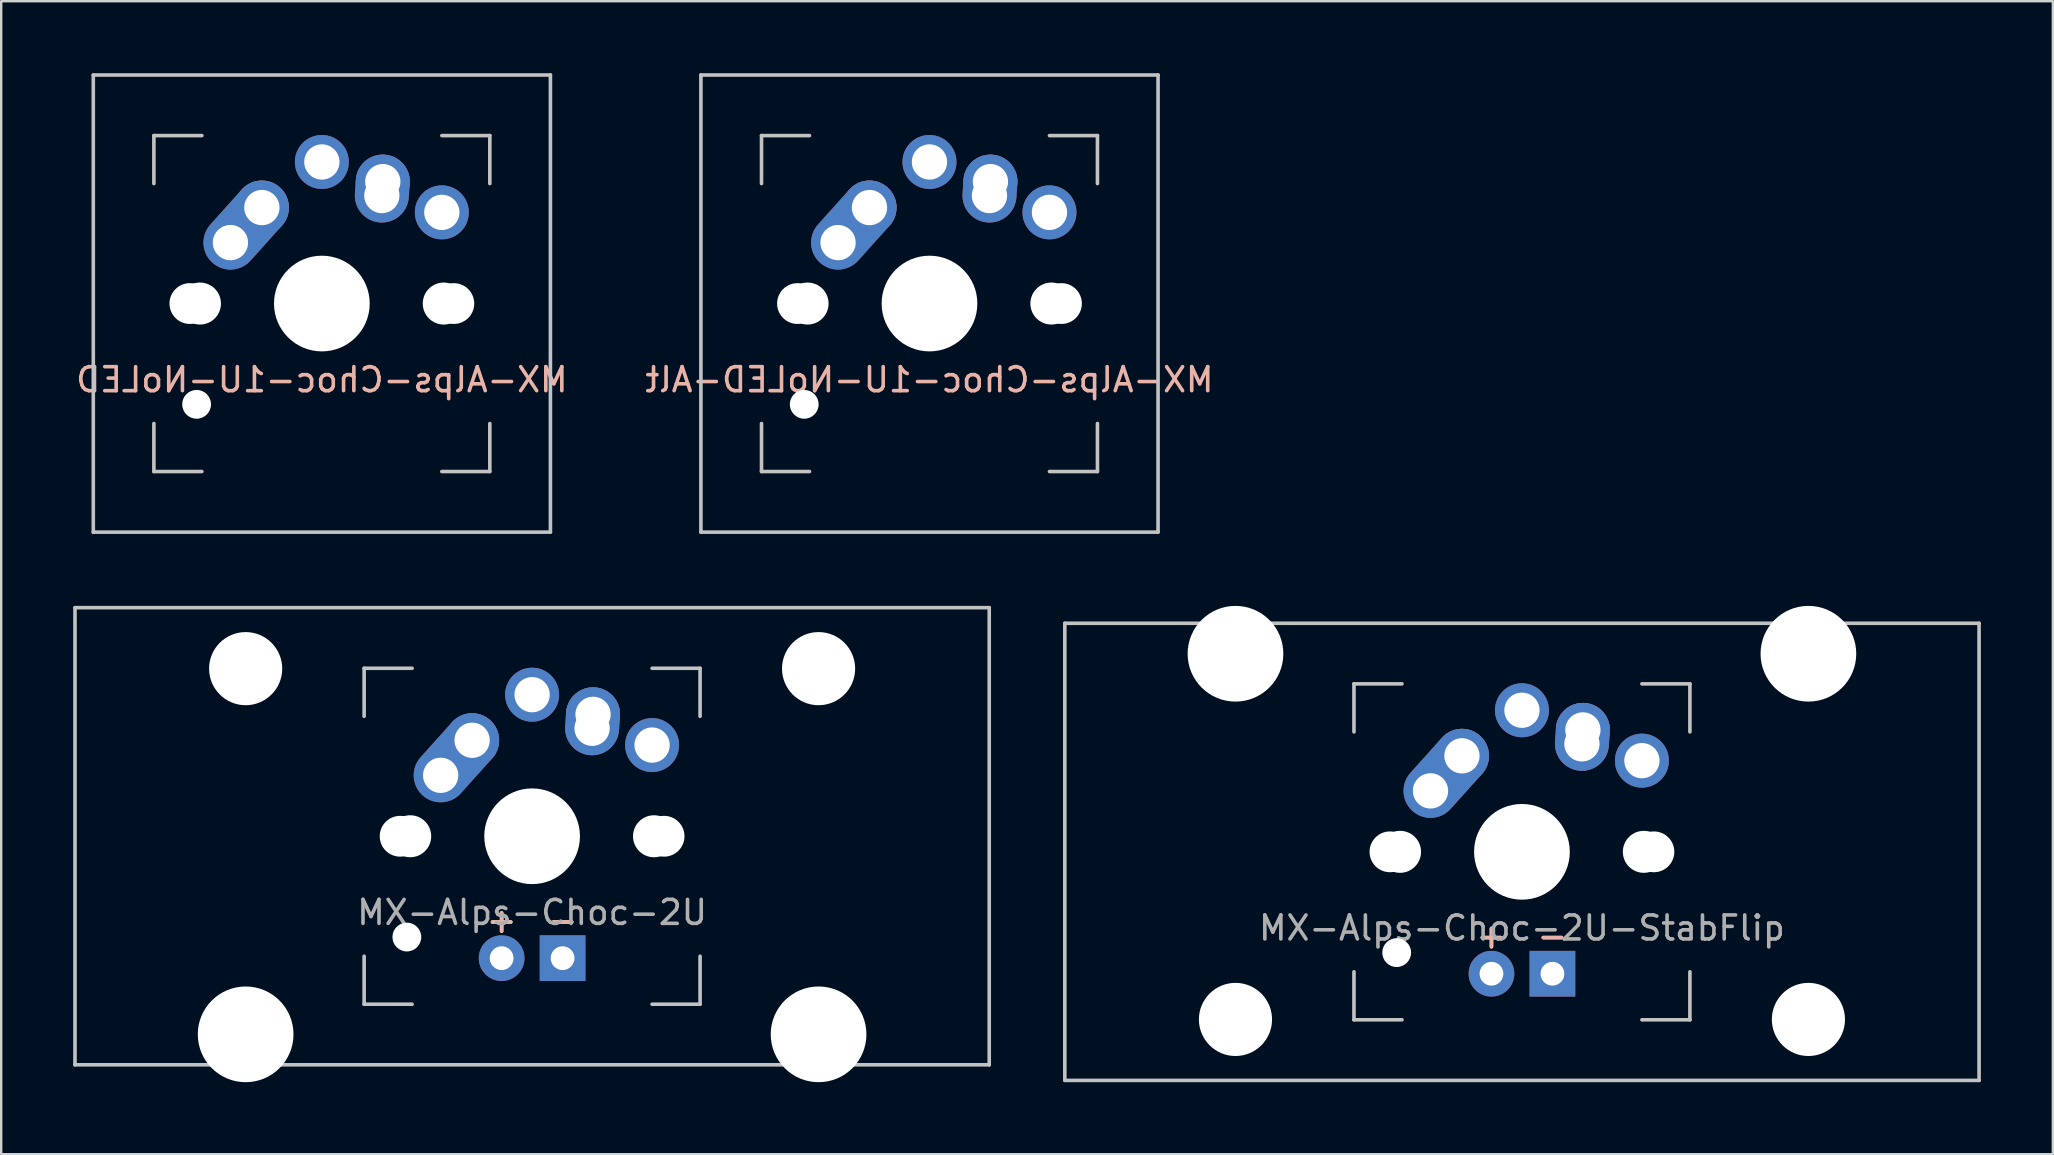
<source format=kicad_pcb>
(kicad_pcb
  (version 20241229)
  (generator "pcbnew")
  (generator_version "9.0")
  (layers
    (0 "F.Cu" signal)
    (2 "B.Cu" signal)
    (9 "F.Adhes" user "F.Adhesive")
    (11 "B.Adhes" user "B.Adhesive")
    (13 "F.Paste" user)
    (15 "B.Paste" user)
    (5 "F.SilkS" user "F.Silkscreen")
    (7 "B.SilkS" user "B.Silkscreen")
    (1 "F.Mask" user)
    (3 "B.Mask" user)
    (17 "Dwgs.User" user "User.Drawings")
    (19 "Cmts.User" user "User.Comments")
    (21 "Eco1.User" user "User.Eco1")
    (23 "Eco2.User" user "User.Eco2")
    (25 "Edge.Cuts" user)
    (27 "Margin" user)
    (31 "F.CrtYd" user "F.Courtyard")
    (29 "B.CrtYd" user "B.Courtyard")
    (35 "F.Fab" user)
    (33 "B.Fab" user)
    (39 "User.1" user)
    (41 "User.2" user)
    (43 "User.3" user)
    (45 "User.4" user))
  (footprint "MX-Alps-Choc-2U-StabFlip"
    (layer "F.Cu")
    (at 60.375 32.449)
    (property "Reference" "MX-Alps-Choc-2U-StabFlip" (at 0 3.175 0) (layer "F.Fab") (effects (font (size 1 1) (thickness 0.15))))
    (attr through_hole)
    (fp_line (start -19.05 -9.525) (end 19.05 -9.525) (stroke (width 0.15) (type solid)) (layer "Dwgs.User"))
    (fp_line (start -19.05 9.525) (end -19.05 -9.525) (stroke (width 0.15) (type solid)) (layer "Dwgs.User"))
    (fp_line (start -7 -7) (end -7 -5) (stroke (width 0.15) (type solid)) (layer "Dwgs.User"))
    (fp_line (start -7 5) (end -7 7) (stroke (width 0.15) (type solid)) (layer "Dwgs.User"))
    (fp_line (start -7 7) (end -5 7) (stroke (width 0.15) (type solid)) (layer "Dwgs.User"))
    (fp_line (start -5 -7) (end -7 -7) (stroke (width 0.15) (type solid)) (layer "Dwgs.User"))
    (fp_line (start 5 -7) (end 7 -7) (stroke (width 0.15) (type solid)) (layer "Dwgs.User"))
    (fp_line (start 5 7) (end 7 7) (stroke (width 0.15) (type solid)) (layer "Dwgs.User"))
    (fp_line (start 7 -7) (end 7 -5) (stroke (width 0.15) (type solid)) (layer "Dwgs.User"))
    (fp_line (start 7 7) (end 7 5) (stroke (width 0.15) (type solid)) (layer "Dwgs.User"))
    (fp_line (start 19.05 -9.525) (end 19.05 9.525) (stroke (width 0.15) (type solid)) (layer "Dwgs.User"))
    (fp_line (start 19.05 9.525) (end -19.05 9.525) (stroke (width 0.15) (type solid)) (layer "Dwgs.User"))
    (fp_text user "-" (at 1.27 3.5 0) (layer "F.SilkS") (effects (font (size 1 1) (thickness 0.15))))
    (fp_text user "+" (at -1.27 3.5 0) (layer "F.SilkS") (effects (font (size 1 1) (thickness 0.15))))
    (fp_text user "-" (at 1.27 3.5 0) (layer "B.SilkS") (effects (font (size 1 1) (thickness 0.15))))
    (fp_text user "+" (at -1.27 3.5 0) (layer "B.SilkS") (effects (font (size 1 1) (thickness 0.15))))
    (pad "" np_thru_hole circle (at -11.938 -8.255) (size 3.988 3.988) (drill 3.988) (layers "*.Cu" "*.Mask"))
    (pad "" np_thru_hole circle (at -11.938 6.985) (size 3.048 3.048) (drill 3.048) (layers "*.Cu" "*.Mask"))
    (pad "" np_thru_hole circle (at -5.5 0 48.1) (size 1.7 1.7) (drill 1.7) (layers "*.Cu" "*.Mask"))
    (pad "" np_thru_hole circle (at -5.22 4.2 48.1) (size 1.2 1.2) (drill 1.2) (layers "*.Cu" "*.Mask"))
    (pad "" np_thru_hole circle (at -5.08 0 48.1) (size 1.75 1.75) (drill 1.75) (layers "*.Cu" "*.Mask"))
    (pad "" np_thru_hole circle (at 0 0) (size 3.988 3.988) (drill 3.988) (layers "*.Cu" "*.Mask"))
    (pad "" np_thru_hole circle (at 5.08 0 48.1) (size 1.75 1.75) (drill 1.75) (layers "*.Cu" "*.Mask"))
    (pad "" np_thru_hole circle (at 5.5 0 48.1) (size 1.7 1.7) (drill 1.7) (layers "*.Cu" "*.Mask"))
    (pad "" np_thru_hole circle (at 11.938 -8.255) (size 3.988 3.988) (drill 3.988) (layers "*.Cu" "*.Mask"))
    (pad "" np_thru_hole circle (at 11.938 6.985) (size 3.048 3.048) (drill 3.048) (layers "*.Cu" "*.Mask"))
    (pad "1" thru_hole oval (at -3.81 -2.54 48.1) (size 4.212 2.25) (drill 1.47 (offset 0.981 0)) (layers "*.Cu" "*.Mask"))
    (pad "1" thru_hole circle (at -2.5 -4) (size 2.25 2.25) (drill 1.47) (layers "*.Cu" "*.Mask"))
    (pad "1" thru_hole circle (at 0 -5.9) (size 2.25 2.25) (drill 1.47) (layers "*.Cu" "*.Mask"))
    (pad "2" thru_hole oval (at 2.5 -4.5 86.1) (size 2.831 2.25) (drill 1.47 (offset 0.291 0)) (layers "*.Cu" "*.Mask"))
    (pad "2" thru_hole circle (at 2.54 -5.08) (size 2.25 2.25) (drill 1.47) (layers "*.Cu" "*.Mask"))
    (pad "2" thru_hole circle (at 5 -3.8) (size 2.25 2.25) (drill 1.47) (layers "*.Cu" "*.Mask"))
    (pad "3" thru_hole circle (at -1.27 5.08) (size 1.905 1.905) (drill 0.991) (layers "*.Cu" "*.Mask"))
    (pad "4" thru_hole rect (at 1.27 5.08) (size 1.905 1.905) (drill 0.991) (layers "*.Cu" "*.Mask")))
  (footprint "MX-Alps-Choc-1U-NoLED-Alt"
    (layer "F.Cu")
    (at 35.685 9.6)
    (property "Reference" "MX-Alps-Choc-1U-NoLED-Alt" (at 0 3.175 0) (layer "B.SilkS") (effects (font (size 1 1) (thickness 0.15)) (justify mirror)))
    (attr through_hole)
    (fp_line (start -9.525 -9.525) (end 9.525 -9.525) (stroke (width 0.15) (type solid)) (layer "Dwgs.User"))
    (fp_line (start -9.525 9.525) (end -9.525 -9.525) (stroke (width 0.15) (type solid)) (layer "Dwgs.User"))
    (fp_line (start -7 -7) (end -7 -5) (stroke (width 0.15) (type solid)) (layer "Dwgs.User"))
    (fp_line (start -7 5) (end -7 7) (stroke (width 0.15) (type solid)) (layer "Dwgs.User"))
    (fp_line (start -7 7) (end -5 7) (stroke (width 0.15) (type solid)) (layer "Dwgs.User"))
    (fp_line (start -5 -7) (end -7 -7) (stroke (width 0.15) (type solid)) (layer "Dwgs.User"))
    (fp_line (start 5 -7) (end 7 -7) (stroke (width 0.15) (type solid)) (layer "Dwgs.User"))
    (fp_line (start 5 7) (end 7 7) (stroke (width 0.15) (type solid)) (layer "Dwgs.User"))
    (fp_line (start 7 -7) (end 7 -5) (stroke (width 0.15) (type solid)) (layer "Dwgs.User"))
    (fp_line (start 7 7) (end 7 5) (stroke (width 0.15) (type solid)) (layer "Dwgs.User"))
    (fp_line (start 9.525 -9.525) (end 9.525 9.525) (stroke (width 0.15) (type solid)) (layer "Dwgs.User"))
    (fp_line (start 9.525 9.525) (end -9.525 9.525) (stroke (width 0.15) (type solid)) (layer "Dwgs.User"))
    (pad "" np_thru_hole circle (at -5.5 0 48.1) (size 1.7 1.7) (drill 1.7) (layers "*.Cu" "*.Mask"))
    (pad "" np_thru_hole circle (at -5.22 4.2 48.1) (size 1.2 1.2) (drill 1.2) (layers "*.Cu" "*.Mask"))
    (pad "" np_thru_hole circle (at -5.08 0 48.1) (size 1.75 1.75) (drill 1.75) (layers "*.Cu" "*.Mask"))
    (pad "" np_thru_hole circle (at 0 0) (size 3.988 3.988) (drill 3.988) (layers "*.Cu" "*.Mask"))
    (pad "" np_thru_hole circle (at 5.08 0 48.1) (size 1.75 1.75) (drill 1.75) (layers "*.Cu" "*.Mask"))
    (pad "" np_thru_hole circle (at 5.5 0 48.1) (size 1.7 1.7) (drill 1.7) (layers "*.Cu" "*.Mask"))
    (pad "1" thru_hole circle (at 0 -5.9) (size 2.25 2.25) (drill 1.47) (layers "*.Cu" "*.Mask"))
    (pad "1" thru_hole oval (at 2.5 -4.5 86.1) (size 2.831 2.25) (drill 1.47 (offset 0.291 0)) (layers "*.Cu" "*.Mask"))
    (pad "1" thru_hole circle (at 2.54 -5.08) (size 2.25 2.25) (drill 1.47) (layers "*.Cu" "*.Mask"))
    (pad "2" thru_hole oval (at -3.81 -2.54 48.1) (size 4.212 2.25) (drill 1.47 (offset 0.981 0)) (layers "*.Cu" "*.Mask"))
    (pad "2" thru_hole circle (at -2.5 -4) (size 2.25 2.25) (drill 1.47) (layers "*.Cu" "*.Mask"))
    (pad "2" thru_hole circle (at 5 -3.8) (size 2.25 2.25) (drill 1.47) (layers "*.Cu" "*.Mask")))
  (footprint "MX-Alps-Choc-1U-NoLED"
    (layer "F.Cu")
    (at 10.363 9.6)
    (property "Reference" "MX-Alps-Choc-1U-NoLED" (at 0 3.175 0) (layer "B.SilkS") (effects (font (size 1 1) (thickness 0.15)) (justify mirror)))
    (attr through_hole)
    (fp_line (start -9.525 -9.525) (end 9.525 -9.525) (stroke (width 0.15) (type solid)) (layer "Dwgs.User"))
    (fp_line (start -9.525 9.525) (end -9.525 -9.525) (stroke (width 0.15) (type solid)) (layer "Dwgs.User"))
    (fp_line (start -7 -7) (end -7 -5) (stroke (width 0.15) (type solid)) (layer "Dwgs.User"))
    (fp_line (start -7 5) (end -7 7) (stroke (width 0.15) (type solid)) (layer "Dwgs.User"))
    (fp_line (start -7 7) (end -5 7) (stroke (width 0.15) (type solid)) (layer "Dwgs.User"))
    (fp_line (start -5 -7) (end -7 -7) (stroke (width 0.15) (type solid)) (layer "Dwgs.User"))
    (fp_line (start 5 -7) (end 7 -7) (stroke (width 0.15) (type solid)) (layer "Dwgs.User"))
    (fp_line (start 5 7) (end 7 7) (stroke (width 0.15) (type solid)) (layer "Dwgs.User"))
    (fp_line (start 7 -7) (end 7 -5) (stroke (width 0.15) (type solid)) (layer "Dwgs.User"))
    (fp_line (start 7 7) (end 7 5) (stroke (width 0.15) (type solid)) (layer "Dwgs.User"))
    (fp_line (start 9.525 -9.525) (end 9.525 9.525) (stroke (width 0.15) (type solid)) (layer "Dwgs.User"))
    (fp_line (start 9.525 9.525) (end -9.525 9.525) (stroke (width 0.15) (type solid)) (layer "Dwgs.User"))
    (pad "" np_thru_hole circle (at -5.5 0 48.1) (size 1.7 1.7) (drill 1.7) (layers "*.Cu" "*.Mask"))
    (pad "" np_thru_hole circle (at -5.22 4.2 48.1) (size 1.2 1.2) (drill 1.2) (layers "*.Cu" "*.Mask"))
    (pad "" np_thru_hole circle (at -5.08 0 48.1) (size 1.75 1.75) (drill 1.75) (layers "*.Cu" "*.Mask"))
    (pad "" np_thru_hole circle (at 0 0) (size 3.988 3.988) (drill 3.988) (layers "*.Cu" "*.Mask"))
    (pad "" np_thru_hole circle (at 5.08 0 48.1) (size 1.75 1.75) (drill 1.75) (layers "*.Cu" "*.Mask"))
    (pad "" np_thru_hole circle (at 5.5 0 48.1) (size 1.7 1.7) (drill 1.7) (layers "*.Cu" "*.Mask"))
    (pad "1" thru_hole oval (at 2.5 -4.5 86.1) (size 2.831 2.25) (drill 1.47 (offset 0.291 0)) (layers "*.Cu" "*.Mask"))
    (pad "1" thru_hole circle (at 2.54 -5.08) (size 2.25 2.25) (drill 1.47) (layers "*.Cu" "*.Mask"))
    (pad "1" thru_hole circle (at 5 -3.8) (size 2.25 2.25) (drill 1.47) (layers "*.Cu" "*.Mask"))
    (pad "2" thru_hole oval (at -3.81 -2.54 48.1) (size 4.212 2.25) (drill 1.47 (offset 0.981 0)) (layers "*.Cu" "*.Mask"))
    (pad "2" thru_hole circle (at -2.5 -4) (size 2.25 2.25) (drill 1.47) (layers "*.Cu" "*.Mask"))
    (pad "2" thru_hole circle (at 0 -5.9) (size 2.25 2.25) (drill 1.47) (layers "*.Cu" "*.Mask")))
  (footprint "MX-Alps-Choc-2U"
    (layer "F.Cu")
    (at 19.125 31.8)
    (property "Reference" "MX-Alps-Choc-2U" (at 0 3.175 0) (layer "F.Fab") (effects (font (size 1 1) (thickness 0.15))))
    (attr through_hole)
    (fp_line (start -19.05 -9.525) (end 19.05 -9.525) (stroke (width 0.15) (type solid)) (layer "Dwgs.User"))
    (fp_line (start -19.05 9.525) (end -19.05 -9.525) (stroke (width 0.15) (type solid)) (layer "Dwgs.User"))
    (fp_line (start -7 -7) (end -7 -5) (stroke (width 0.15) (type solid)) (layer "Dwgs.User"))
    (fp_line (start -7 5) (end -7 7) (stroke (width 0.15) (type solid)) (layer "Dwgs.User"))
    (fp_line (start -7 7) (end -5 7) (stroke (width 0.15) (type solid)) (layer "Dwgs.User"))
    (fp_line (start -5 -7) (end -7 -7) (stroke (width 0.15) (type solid)) (layer "Dwgs.User"))
    (fp_line (start 5 -7) (end 7 -7) (stroke (width 0.15) (type solid)) (layer "Dwgs.User"))
    (fp_line (start 5 7) (end 7 7) (stroke (width 0.15) (type solid)) (layer "Dwgs.User"))
    (fp_line (start 7 -7) (end 7 -5) (stroke (width 0.15) (type solid)) (layer "Dwgs.User"))
    (fp_line (start 7 7) (end 7 5) (stroke (width 0.15) (type solid)) (layer "Dwgs.User"))
    (fp_line (start 19.05 -9.525) (end 19.05 9.525) (stroke (width 0.15) (type solid)) (layer "Dwgs.User"))
    (fp_line (start 19.05 9.525) (end -19.05 9.525) (stroke (width 0.15) (type solid)) (layer "Dwgs.User"))
    (fp_text user "-" (at 1.27 3.5 0) (layer "F.SilkS") (effects (font (size 1 1) (thickness 0.15))))
    (fp_text user "+" (at -1.27 3.5 0) (layer "F.SilkS") (effects (font (size 1 1) (thickness 0.15))))
    (fp_text user "-" (at 1.27 3.5 0) (layer "B.SilkS") (effects (font (size 1 1) (thickness 0.15))))
    (fp_text user "+" (at -1.27 3.5 0) (layer "B.SilkS") (effects (font (size 1 1) (thickness 0.15))))
    (pad "" np_thru_hole circle (at -11.938 -6.985) (size 3.048 3.048) (drill 3.048) (layers "*.Cu" "*.Mask"))
    (pad "" np_thru_hole circle (at -11.938 8.255) (size 3.988 3.988) (drill 3.988) (layers "*.Cu" "*.Mask"))
    (pad "" np_thru_hole circle (at -5.5 0 48.1) (size 1.7 1.7) (drill 1.7) (layers "*.Cu" "*.Mask"))
    (pad "" np_thru_hole circle (at -5.22 4.2 48.1) (size 1.2 1.2) (drill 1.2) (layers "*.Cu" "*.Mask"))
    (pad "" np_thru_hole circle (at -5.08 0 48.1) (size 1.75 1.75) (drill 1.75) (layers "*.Cu" "*.Mask"))
    (pad "" np_thru_hole circle (at 0 0) (size 3.988 3.988) (drill 3.988) (layers "*.Cu" "*.Mask"))
    (pad "" np_thru_hole circle (at 5.08 0 48.1) (size 1.75 1.75) (drill 1.75) (layers "*.Cu" "*.Mask"))
    (pad "" np_thru_hole circle (at 5.5 0 48.1) (size 1.7 1.7) (drill 1.7) (layers "*.Cu" "*.Mask"))
    (pad "" np_thru_hole circle (at 11.938 -6.985) (size 3.048 3.048) (drill 3.048) (layers "*.Cu" "*.Mask"))
    (pad "" np_thru_hole circle (at 11.938 8.255) (size 3.988 3.988) (drill 3.988) (layers "*.Cu" "*.Mask"))
    (pad "1" thru_hole oval (at -3.81 -2.54 48.1) (size 4.212 2.25) (drill 1.47 (offset 0.981 0)) (layers "*.Cu" "*.Mask"))
    (pad "1" thru_hole circle (at -2.5 -4) (size 2.25 2.25) (drill 1.47) (layers "*.Cu" "*.Mask"))
    (pad "1" thru_hole circle (at 0 -5.9) (size 2.25 2.25) (drill 1.47) (layers "*.Cu" "*.Mask"))
    (pad "2" thru_hole oval (at 2.5 -4.5 86.1) (size 2.831 2.25) (drill 1.47 (offset 0.291 0)) (layers "*.Cu" "*.Mask"))
    (pad "2" thru_hole circle (at 2.54 -5.08) (size 2.25 2.25) (drill 1.47) (layers "*.Cu" "*.Mask"))
    (pad "2" thru_hole circle (at 5 -3.8) (size 2.25 2.25) (drill 1.47) (layers "*.Cu" "*.Mask"))
    (pad "3" thru_hole circle (at -1.27 5.08) (size 1.905 1.905) (drill 0.991) (layers "*.Cu" "*.Mask"))
    (pad "4" thru_hole rect (at 1.27 5.08) (size 1.905 1.905) (drill 0.991) (layers "*.Cu" "*.Mask")))
  (gr_rect
    (start -3 -3)
    (end 82.5 45.049)
    (stroke (width 0.1) (type default))
    (fill no)
    (layer "Edge.Cuts")))
</source>
